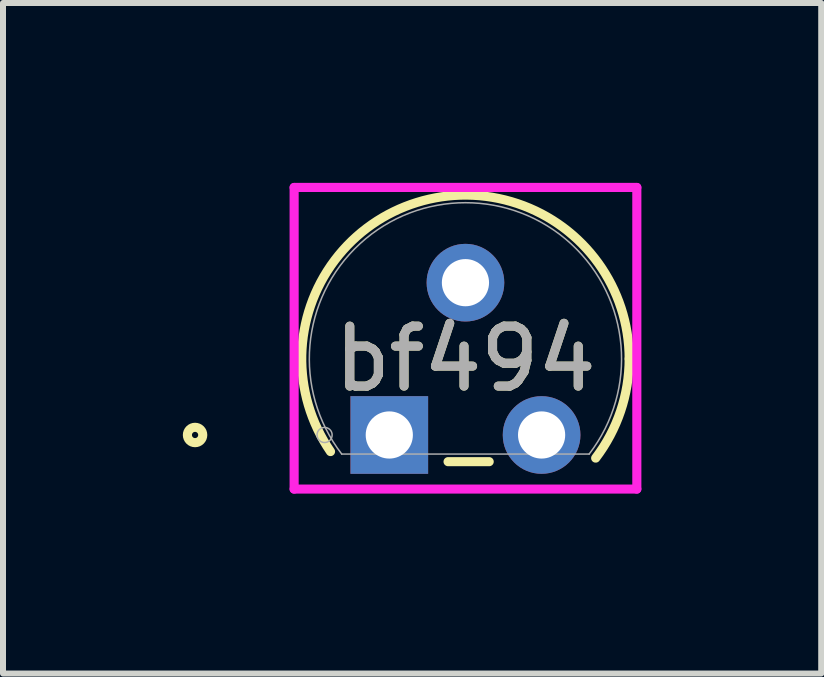
<source format=kicad_pcb>
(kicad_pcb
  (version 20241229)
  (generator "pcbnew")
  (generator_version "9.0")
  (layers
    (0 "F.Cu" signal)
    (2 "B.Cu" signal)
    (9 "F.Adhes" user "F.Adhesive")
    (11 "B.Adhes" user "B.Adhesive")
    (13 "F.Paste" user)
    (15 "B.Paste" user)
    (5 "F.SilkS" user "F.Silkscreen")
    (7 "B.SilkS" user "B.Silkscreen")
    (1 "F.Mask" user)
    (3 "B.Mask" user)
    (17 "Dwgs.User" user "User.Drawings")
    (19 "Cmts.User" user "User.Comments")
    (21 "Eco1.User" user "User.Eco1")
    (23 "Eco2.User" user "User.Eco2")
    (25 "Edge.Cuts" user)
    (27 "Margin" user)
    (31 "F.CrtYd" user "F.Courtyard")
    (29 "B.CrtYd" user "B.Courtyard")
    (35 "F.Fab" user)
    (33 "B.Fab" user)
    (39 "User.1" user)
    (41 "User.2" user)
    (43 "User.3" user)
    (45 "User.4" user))
  (footprint "bf494"
    (layer "F.Cu")
    (at 3.442 4.204)
    (property "Reference" "bf494" (at 1.27 -1.27 0) (unlocked yes) (layer "F.SilkS") (effects (font (size 1 1) (thickness 0.15))))
    (attr through_hole)
    (fp_line (start 0.98 0.445) (end 1.666 0.445) (stroke (width 0.152) (type solid)) (layer "F.SilkS"))
    (fp_arc (start -0.980441 0.276333) (mid 0.460432 -3.877725) (end 4.0005 -1.27) (stroke (width 0.1524) (type solid)) (layer "F.SilkS"))
    (fp_arc (start 4.0005 -1.269998) (mid 3.856997 -0.396457) (end 3.441573 0.385265) (stroke (width 0.1524) (type solid)) (layer "F.SilkS"))
    (fp_circle (center -3.239 0) (end -3.111 0) (stroke (width 0.152) (type solid)) (fill no) (layer "F.SilkS"))
    (fp_line (start -1.587 -4.128) (end 4.128 -4.128) (stroke (width 0.152) (type solid)) (layer "F.CrtYd"))
    (fp_line (start -1.587 0.902) (end -1.587 -4.128) (stroke (width 0.152) (type solid)) (layer "F.CrtYd"))
    (fp_line (start 4.128 -4.128) (end 4.128 0.902) (stroke (width 0.152) (type solid)) (layer "F.CrtYd"))
    (fp_line (start 4.128 0.902) (end -1.587 0.902) (stroke (width 0.152) (type solid)) (layer "F.CrtYd"))
    (fp_line (start -0.794 0.318) (end 3.334 0.318) (stroke (width 0.025) (type solid)) (layer "F.Fab"))
    (fp_line (start -0.254 0) (end 0.254 0) (stroke (width 0.152) (type solid)) (layer "F.Fab"))
    (fp_line (start 0 0.254) (end 0 -0.254) (stroke (width 0.152) (type solid)) (layer "F.Fab"))
    (fp_arc (start -0.793507 0.317499) (mid 1.270001 -3.8735) (end 3.333506 0.3175) (stroke (width 0.0254) (type solid)) (layer "F.Fab"))
    (fp_circle (center -1.079 0) (end -0.953 0) (stroke (width 0.025) (type solid)) (fill no) (layer "F.Fab"))
    (fp_text user "${REFERENCE}" (at 1.27 -1.27 0) (unlocked yes) (layer "F.Fab") (effects (font (size 1 1) (thickness 0.15))))
    (pad "1" thru_hole rect (at 0 0) (size 1.295 1.295) (drill 0.787) (layers "*.Cu" "*.Mask"))
    (pad "2" thru_hole circle (at 1.27 -2.54) (size 1.295 1.295) (drill 0.787) (layers "*.Cu" "*.Mask"))
    (pad "3" thru_hole circle (at 2.54 0) (size 1.295 1.295) (drill 0.787) (layers "*.Cu" "*.Mask")))
  (gr_rect
    (start -3 -3)
    (end 10.645 8.182)
    (stroke (width 0.1) (type default))
    (fill no)
    (layer "Edge.Cuts")))
</source>
